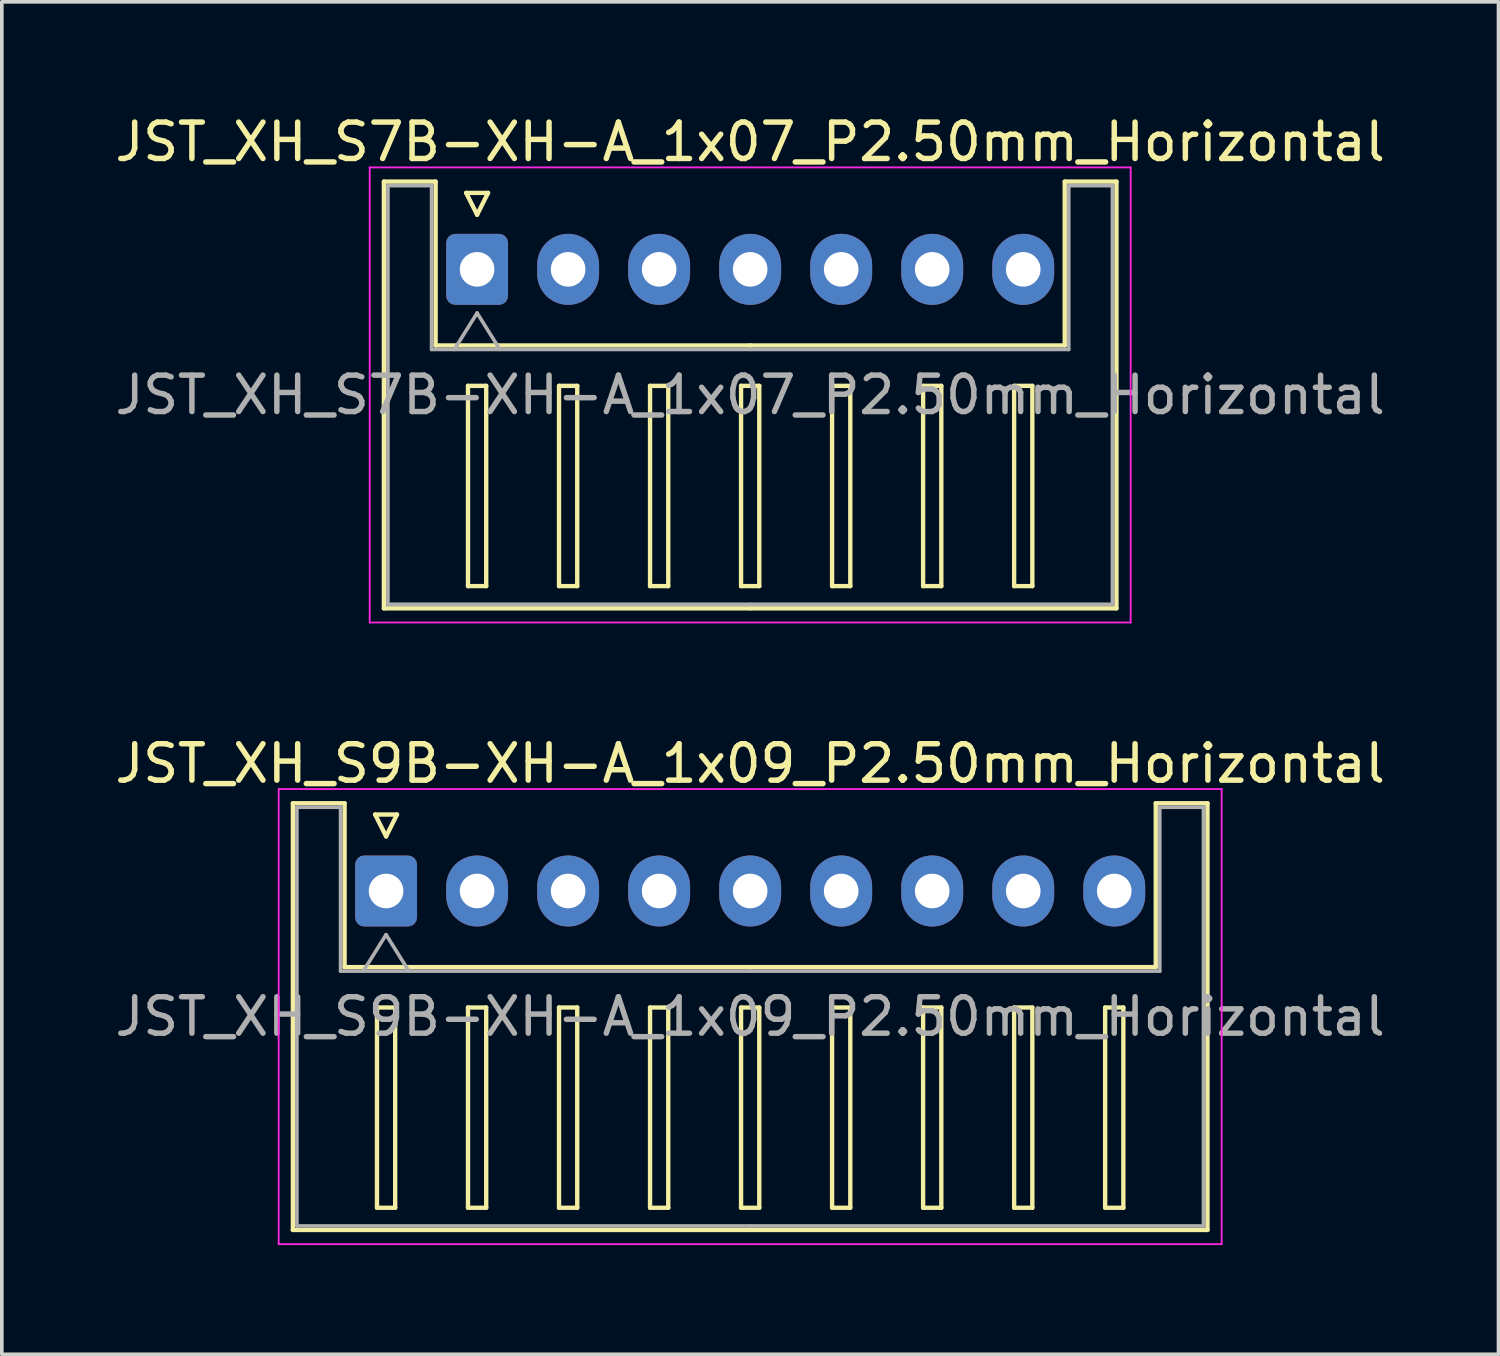
<source format=kicad_pcb>
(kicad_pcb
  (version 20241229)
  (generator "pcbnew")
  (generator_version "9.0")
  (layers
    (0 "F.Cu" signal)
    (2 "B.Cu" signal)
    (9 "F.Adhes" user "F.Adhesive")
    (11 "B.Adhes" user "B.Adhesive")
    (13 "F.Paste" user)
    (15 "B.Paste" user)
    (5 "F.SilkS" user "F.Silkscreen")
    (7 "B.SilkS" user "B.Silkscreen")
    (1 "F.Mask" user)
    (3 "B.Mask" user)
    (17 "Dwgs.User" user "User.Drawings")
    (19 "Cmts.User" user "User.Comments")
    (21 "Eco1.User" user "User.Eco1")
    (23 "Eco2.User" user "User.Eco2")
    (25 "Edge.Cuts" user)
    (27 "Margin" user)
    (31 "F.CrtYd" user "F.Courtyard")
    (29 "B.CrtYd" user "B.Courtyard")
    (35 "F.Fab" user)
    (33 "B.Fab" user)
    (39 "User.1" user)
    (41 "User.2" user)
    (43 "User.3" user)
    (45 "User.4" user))
  (footprint "JST_XH_S9B-XH-A_1x09_P2.50mm_Horizontal"
    (layer "F.Cu")
    (at 7.554 21.422)
    (property "Reference" "JST_XH_S9B-XH-A_1x09_P2.50mm_Horizontal" (at 10 -3.5 0) (layer "F.SilkS") (effects (font (size 1 1) (thickness 0.15))))
    (attr through_hole)
    (fp_line (start -2.56 -2.41) (end -1.14 -2.41) (stroke (width 0.12) (type solid)) (layer "F.SilkS"))
    (fp_line (start -2.56 9.31) (end -2.56 -2.41) (stroke (width 0.12) (type solid)) (layer "F.SilkS"))
    (fp_line (start -1.14 -2.41) (end -1.14 2.09) (stroke (width 0.12) (type solid)) (layer "F.SilkS"))
    (fp_line (start -1.14 2.09) (end 10 2.09) (stroke (width 0.12) (type solid)) (layer "F.SilkS"))
    (fp_line (start -0.3 -2.1) (end 0.3 -2.1) (stroke (width 0.12) (type solid)) (layer "F.SilkS"))
    (fp_line (start -0.25 3.2) (end -0.25 8.7) (stroke (width 0.12) (type solid)) (layer "F.SilkS"))
    (fp_line (start -0.25 8.7) (end 0.25 8.7) (stroke (width 0.12) (type solid)) (layer "F.SilkS"))
    (fp_line (start 0 -1.5) (end -0.3 -2.1) (stroke (width 0.12) (type solid)) (layer "F.SilkS"))
    (fp_line (start 0.25 3.2) (end -0.25 3.2) (stroke (width 0.12) (type solid)) (layer "F.SilkS"))
    (fp_line (start 0.25 8.7) (end 0.25 3.2) (stroke (width 0.12) (type solid)) (layer "F.SilkS"))
    (fp_line (start 0.3 -2.1) (end 0 -1.5) (stroke (width 0.12) (type solid)) (layer "F.SilkS"))
    (fp_line (start 2.25 3.2) (end 2.25 8.7) (stroke (width 0.12) (type solid)) (layer "F.SilkS"))
    (fp_line (start 2.25 8.7) (end 2.75 8.7) (stroke (width 0.12) (type solid)) (layer "F.SilkS"))
    (fp_line (start 2.75 3.2) (end 2.25 3.2) (stroke (width 0.12) (type solid)) (layer "F.SilkS"))
    (fp_line (start 2.75 8.7) (end 2.75 3.2) (stroke (width 0.12) (type solid)) (layer "F.SilkS"))
    (fp_line (start 4.75 3.2) (end 4.75 8.7) (stroke (width 0.12) (type solid)) (layer "F.SilkS"))
    (fp_line (start 4.75 8.7) (end 5.25 8.7) (stroke (width 0.12) (type solid)) (layer "F.SilkS"))
    (fp_line (start 5.25 3.2) (end 4.75 3.2) (stroke (width 0.12) (type solid)) (layer "F.SilkS"))
    (fp_line (start 5.25 8.7) (end 5.25 3.2) (stroke (width 0.12) (type solid)) (layer "F.SilkS"))
    (fp_line (start 7.25 3.2) (end 7.25 8.7) (stroke (width 0.12) (type solid)) (layer "F.SilkS"))
    (fp_line (start 7.25 8.7) (end 7.75 8.7) (stroke (width 0.12) (type solid)) (layer "F.SilkS"))
    (fp_line (start 7.75 3.2) (end 7.25 3.2) (stroke (width 0.12) (type solid)) (layer "F.SilkS"))
    (fp_line (start 7.75 8.7) (end 7.75 3.2) (stroke (width 0.12) (type solid)) (layer "F.SilkS"))
    (fp_line (start 9.75 3.2) (end 9.75 8.7) (stroke (width 0.12) (type solid)) (layer "F.SilkS"))
    (fp_line (start 9.75 8.7) (end 10.25 8.7) (stroke (width 0.12) (type solid)) (layer "F.SilkS"))
    (fp_line (start 10 9.31) (end -2.56 9.31) (stroke (width 0.12) (type solid)) (layer "F.SilkS"))
    (fp_line (start 10 9.31) (end 22.56 9.31) (stroke (width 0.12) (type solid)) (layer "F.SilkS"))
    (fp_line (start 10.25 3.2) (end 9.75 3.2) (stroke (width 0.12) (type solid)) (layer "F.SilkS"))
    (fp_line (start 10.25 8.7) (end 10.25 3.2) (stroke (width 0.12) (type solid)) (layer "F.SilkS"))
    (fp_line (start 12.25 3.2) (end 12.25 8.7) (stroke (width 0.12) (type solid)) (layer "F.SilkS"))
    (fp_line (start 12.25 8.7) (end 12.75 8.7) (stroke (width 0.12) (type solid)) (layer "F.SilkS"))
    (fp_line (start 12.75 3.2) (end 12.25 3.2) (stroke (width 0.12) (type solid)) (layer "F.SilkS"))
    (fp_line (start 12.75 8.7) (end 12.75 3.2) (stroke (width 0.12) (type solid)) (layer "F.SilkS"))
    (fp_line (start 14.75 3.2) (end 14.75 8.7) (stroke (width 0.12) (type solid)) (layer "F.SilkS"))
    (fp_line (start 14.75 8.7) (end 15.25 8.7) (stroke (width 0.12) (type solid)) (layer "F.SilkS"))
    (fp_line (start 15.25 3.2) (end 14.75 3.2) (stroke (width 0.12) (type solid)) (layer "F.SilkS"))
    (fp_line (start 15.25 8.7) (end 15.25 3.2) (stroke (width 0.12) (type solid)) (layer "F.SilkS"))
    (fp_line (start 17.25 3.2) (end 17.25 8.7) (stroke (width 0.12) (type solid)) (layer "F.SilkS"))
    (fp_line (start 17.25 8.7) (end 17.75 8.7) (stroke (width 0.12) (type solid)) (layer "F.SilkS"))
    (fp_line (start 17.75 3.2) (end 17.25 3.2) (stroke (width 0.12) (type solid)) (layer "F.SilkS"))
    (fp_line (start 17.75 8.7) (end 17.75 3.2) (stroke (width 0.12) (type solid)) (layer "F.SilkS"))
    (fp_line (start 19.75 3.2) (end 19.75 8.7) (stroke (width 0.12) (type solid)) (layer "F.SilkS"))
    (fp_line (start 19.75 8.7) (end 20.25 8.7) (stroke (width 0.12) (type solid)) (layer "F.SilkS"))
    (fp_line (start 20.25 3.2) (end 19.75 3.2) (stroke (width 0.12) (type solid)) (layer "F.SilkS"))
    (fp_line (start 20.25 8.7) (end 20.25 3.2) (stroke (width 0.12) (type solid)) (layer "F.SilkS"))
    (fp_line (start 21.14 -2.41) (end 21.14 2.09) (stroke (width 0.12) (type solid)) (layer "F.SilkS"))
    (fp_line (start 21.14 2.09) (end 10 2.09) (stroke (width 0.12) (type solid)) (layer "F.SilkS"))
    (fp_line (start 22.56 -2.41) (end 21.14 -2.41) (stroke (width 0.12) (type solid)) (layer "F.SilkS"))
    (fp_line (start 22.56 9.31) (end 22.56 -2.41) (stroke (width 0.12) (type solid)) (layer "F.SilkS"))
    (fp_line (start -2.95 -2.8) (end -2.95 9.7) (stroke (width 0.05) (type solid)) (layer "F.CrtYd"))
    (fp_line (start -2.95 9.7) (end 22.95 9.7) (stroke (width 0.05) (type solid)) (layer "F.CrtYd"))
    (fp_line (start 22.95 -2.8) (end -2.95 -2.8) (stroke (width 0.05) (type solid)) (layer "F.CrtYd"))
    (fp_line (start 22.95 9.7) (end 22.95 -2.8) (stroke (width 0.05) (type solid)) (layer "F.CrtYd"))
    (fp_line (start -2.45 -2.3) (end -1.25 -2.3) (stroke (width 0.1) (type solid)) (layer "F.Fab"))
    (fp_line (start -2.45 9.2) (end -2.45 -2.3) (stroke (width 0.1) (type solid)) (layer "F.Fab"))
    (fp_line (start -1.25 -2.3) (end -1.25 2.2) (stroke (width 0.1) (type solid)) (layer "F.Fab"))
    (fp_line (start -1.25 2.2) (end 10 2.2) (stroke (width 0.1) (type solid)) (layer "F.Fab"))
    (fp_line (start -0.625 2.2) (end 0 1.2) (stroke (width 0.1) (type solid)) (layer "F.Fab"))
    (fp_line (start 0 1.2) (end 0.625 2.2) (stroke (width 0.1) (type solid)) (layer "F.Fab"))
    (fp_line (start 10 9.2) (end -2.45 9.2) (stroke (width 0.1) (type solid)) (layer "F.Fab"))
    (fp_line (start 10 9.2) (end 22.45 9.2) (stroke (width 0.1) (type solid)) (layer "F.Fab"))
    (fp_line (start 21.25 -2.3) (end 21.25 2.2) (stroke (width 0.1) (type solid)) (layer "F.Fab"))
    (fp_line (start 21.25 2.2) (end 10 2.2) (stroke (width 0.1) (type solid)) (layer "F.Fab"))
    (fp_line (start 22.45 -2.3) (end 21.25 -2.3) (stroke (width 0.1) (type solid)) (layer "F.Fab"))
    (fp_line (start 22.45 9.2) (end 22.45 -2.3) (stroke (width 0.1) (type solid)) (layer "F.Fab"))
    (fp_text user "${REFERENCE}" (at 10 3.45 0) (layer "F.Fab") (effects (font (size 1 1) (thickness 0.15))))
    (pad "1" thru_hole roundrect (at 0 0) (size 1.7 1.95) (drill 0.95) (layers "*.Cu" "*.Mask") (roundrect_rratio 0.147))
    (pad "2" thru_hole oval (at 2.5 0) (size 1.7 1.95) (drill 0.95) (layers "*.Cu" "*.Mask"))
    (pad "3" thru_hole oval (at 5 0) (size 1.7 1.95) (drill 0.95) (layers "*.Cu" "*.Mask"))
    (pad "4" thru_hole oval (at 7.5 0) (size 1.7 1.95) (drill 0.95) (layers "*.Cu" "*.Mask"))
    (pad "5" thru_hole oval (at 10 0) (size 1.7 1.95) (drill 0.95) (layers "*.Cu" "*.Mask"))
    (pad "6" thru_hole oval (at 12.5 0) (size 1.7 1.95) (drill 0.95) (layers "*.Cu" "*.Mask"))
    (pad "7" thru_hole oval (at 15 0) (size 1.7 1.95) (drill 0.95) (layers "*.Cu" "*.Mask"))
    (pad "8" thru_hole oval (at 17.5 0) (size 1.7 1.95) (drill 0.95) (layers "*.Cu" "*.Mask"))
    (pad "9" thru_hole oval (at 20 0) (size 1.7 1.95) (drill 0.95) (layers "*.Cu" "*.Mask")))
  (footprint "JST_XH_S7B-XH-A_1x07_P2.50mm_Horizontal"
    (layer "F.Cu")
    (at 10.054 4.348)
    (property "Reference" "JST_XH_S7B-XH-A_1x07_P2.50mm_Horizontal" (at 7.5 -3.5 0) (layer "F.SilkS") (effects (font (size 1 1) (thickness 0.15))))
    (attr through_hole)
    (fp_line (start -2.56 -2.41) (end -1.14 -2.41) (stroke (width 0.12) (type solid)) (layer "F.SilkS"))
    (fp_line (start -2.56 9.31) (end -2.56 -2.41) (stroke (width 0.12) (type solid)) (layer "F.SilkS"))
    (fp_line (start -1.14 -2.41) (end -1.14 2.09) (stroke (width 0.12) (type solid)) (layer "F.SilkS"))
    (fp_line (start -1.14 2.09) (end 7.5 2.09) (stroke (width 0.12) (type solid)) (layer "F.SilkS"))
    (fp_line (start -0.3 -2.1) (end 0.3 -2.1) (stroke (width 0.12) (type solid)) (layer "F.SilkS"))
    (fp_line (start -0.25 3.2) (end -0.25 8.7) (stroke (width 0.12) (type solid)) (layer "F.SilkS"))
    (fp_line (start -0.25 8.7) (end 0.25 8.7) (stroke (width 0.12) (type solid)) (layer "F.SilkS"))
    (fp_line (start 0 -1.5) (end -0.3 -2.1) (stroke (width 0.12) (type solid)) (layer "F.SilkS"))
    (fp_line (start 0.25 3.2) (end -0.25 3.2) (stroke (width 0.12) (type solid)) (layer "F.SilkS"))
    (fp_line (start 0.25 8.7) (end 0.25 3.2) (stroke (width 0.12) (type solid)) (layer "F.SilkS"))
    (fp_line (start 0.3 -2.1) (end 0 -1.5) (stroke (width 0.12) (type solid)) (layer "F.SilkS"))
    (fp_line (start 2.25 3.2) (end 2.25 8.7) (stroke (width 0.12) (type solid)) (layer "F.SilkS"))
    (fp_line (start 2.25 8.7) (end 2.75 8.7) (stroke (width 0.12) (type solid)) (layer "F.SilkS"))
    (fp_line (start 2.75 3.2) (end 2.25 3.2) (stroke (width 0.12) (type solid)) (layer "F.SilkS"))
    (fp_line (start 2.75 8.7) (end 2.75 3.2) (stroke (width 0.12) (type solid)) (layer "F.SilkS"))
    (fp_line (start 4.75 3.2) (end 4.75 8.7) (stroke (width 0.12) (type solid)) (layer "F.SilkS"))
    (fp_line (start 4.75 8.7) (end 5.25 8.7) (stroke (width 0.12) (type solid)) (layer "F.SilkS"))
    (fp_line (start 5.25 3.2) (end 4.75 3.2) (stroke (width 0.12) (type solid)) (layer "F.SilkS"))
    (fp_line (start 5.25 8.7) (end 5.25 3.2) (stroke (width 0.12) (type solid)) (layer "F.SilkS"))
    (fp_line (start 7.25 3.2) (end 7.25 8.7) (stroke (width 0.12) (type solid)) (layer "F.SilkS"))
    (fp_line (start 7.25 8.7) (end 7.75 8.7) (stroke (width 0.12) (type solid)) (layer "F.SilkS"))
    (fp_line (start 7.5 9.31) (end -2.56 9.31) (stroke (width 0.12) (type solid)) (layer "F.SilkS"))
    (fp_line (start 7.5 9.31) (end 17.56 9.31) (stroke (width 0.12) (type solid)) (layer "F.SilkS"))
    (fp_line (start 7.75 3.2) (end 7.25 3.2) (stroke (width 0.12) (type solid)) (layer "F.SilkS"))
    (fp_line (start 7.75 8.7) (end 7.75 3.2) (stroke (width 0.12) (type solid)) (layer "F.SilkS"))
    (fp_line (start 9.75 3.2) (end 9.75 8.7) (stroke (width 0.12) (type solid)) (layer "F.SilkS"))
    (fp_line (start 9.75 8.7) (end 10.25 8.7) (stroke (width 0.12) (type solid)) (layer "F.SilkS"))
    (fp_line (start 10.25 3.2) (end 9.75 3.2) (stroke (width 0.12) (type solid)) (layer "F.SilkS"))
    (fp_line (start 10.25 8.7) (end 10.25 3.2) (stroke (width 0.12) (type solid)) (layer "F.SilkS"))
    (fp_line (start 12.25 3.2) (end 12.25 8.7) (stroke (width 0.12) (type solid)) (layer "F.SilkS"))
    (fp_line (start 12.25 8.7) (end 12.75 8.7) (stroke (width 0.12) (type solid)) (layer "F.SilkS"))
    (fp_line (start 12.75 3.2) (end 12.25 3.2) (stroke (width 0.12) (type solid)) (layer "F.SilkS"))
    (fp_line (start 12.75 8.7) (end 12.75 3.2) (stroke (width 0.12) (type solid)) (layer "F.SilkS"))
    (fp_line (start 14.75 3.2) (end 14.75 8.7) (stroke (width 0.12) (type solid)) (layer "F.SilkS"))
    (fp_line (start 14.75 8.7) (end 15.25 8.7) (stroke (width 0.12) (type solid)) (layer "F.SilkS"))
    (fp_line (start 15.25 3.2) (end 14.75 3.2) (stroke (width 0.12) (type solid)) (layer "F.SilkS"))
    (fp_line (start 15.25 8.7) (end 15.25 3.2) (stroke (width 0.12) (type solid)) (layer "F.SilkS"))
    (fp_line (start 16.14 -2.41) (end 16.14 2.09) (stroke (width 0.12) (type solid)) (layer "F.SilkS"))
    (fp_line (start 16.14 2.09) (end 7.5 2.09) (stroke (width 0.12) (type solid)) (layer "F.SilkS"))
    (fp_line (start 17.56 -2.41) (end 16.14 -2.41) (stroke (width 0.12) (type solid)) (layer "F.SilkS"))
    (fp_line (start 17.56 9.31) (end 17.56 -2.41) (stroke (width 0.12) (type solid)) (layer "F.SilkS"))
    (fp_line (start -2.95 -2.8) (end -2.95 9.7) (stroke (width 0.05) (type solid)) (layer "F.CrtYd"))
    (fp_line (start -2.95 9.7) (end 17.95 9.7) (stroke (width 0.05) (type solid)) (layer "F.CrtYd"))
    (fp_line (start 17.95 -2.8) (end -2.95 -2.8) (stroke (width 0.05) (type solid)) (layer "F.CrtYd"))
    (fp_line (start 17.95 9.7) (end 17.95 -2.8) (stroke (width 0.05) (type solid)) (layer "F.CrtYd"))
    (fp_line (start -2.45 -2.3) (end -1.25 -2.3) (stroke (width 0.1) (type solid)) (layer "F.Fab"))
    (fp_line (start -2.45 9.2) (end -2.45 -2.3) (stroke (width 0.1) (type solid)) (layer "F.Fab"))
    (fp_line (start -1.25 -2.3) (end -1.25 2.2) (stroke (width 0.1) (type solid)) (layer "F.Fab"))
    (fp_line (start -1.25 2.2) (end 7.5 2.2) (stroke (width 0.1) (type solid)) (layer "F.Fab"))
    (fp_line (start -0.625 2.2) (end 0 1.2) (stroke (width 0.1) (type solid)) (layer "F.Fab"))
    (fp_line (start 0 1.2) (end 0.625 2.2) (stroke (width 0.1) (type solid)) (layer "F.Fab"))
    (fp_line (start 7.5 9.2) (end -2.45 9.2) (stroke (width 0.1) (type solid)) (layer "F.Fab"))
    (fp_line (start 7.5 9.2) (end 17.45 9.2) (stroke (width 0.1) (type solid)) (layer "F.Fab"))
    (fp_line (start 16.25 -2.3) (end 16.25 2.2) (stroke (width 0.1) (type solid)) (layer "F.Fab"))
    (fp_line (start 16.25 2.2) (end 7.5 2.2) (stroke (width 0.1) (type solid)) (layer "F.Fab"))
    (fp_line (start 17.45 -2.3) (end 16.25 -2.3) (stroke (width 0.1) (type solid)) (layer "F.Fab"))
    (fp_line (start 17.45 9.2) (end 17.45 -2.3) (stroke (width 0.1) (type solid)) (layer "F.Fab"))
    (fp_text user "${REFERENCE}" (at 7.5 3.45 0) (layer "F.Fab") (effects (font (size 1 1) (thickness 0.15))))
    (pad "1" thru_hole roundrect (at 0 0) (size 1.7 1.95) (drill 0.95) (layers "*.Cu" "*.Mask") (roundrect_rratio 0.147))
    (pad "2" thru_hole oval (at 2.5 0) (size 1.7 1.95) (drill 0.95) (layers "*.Cu" "*.Mask"))
    (pad "3" thru_hole oval (at 5 0) (size 1.7 1.95) (drill 0.95) (layers "*.Cu" "*.Mask"))
    (pad "4" thru_hole oval (at 7.5 0) (size 1.7 1.95) (drill 0.95) (layers "*.Cu" "*.Mask"))
    (pad "5" thru_hole oval (at 10 0) (size 1.7 1.95) (drill 0.95) (layers "*.Cu" "*.Mask"))
    (pad "6" thru_hole oval (at 12.5 0) (size 1.7 1.95) (drill 0.95) (layers "*.Cu" "*.Mask"))
    (pad "7" thru_hole oval (at 15 0) (size 1.7 1.95) (drill 0.95) (layers "*.Cu" "*.Mask")))
  (gr_rect
    (start -3 -3)
    (end 38.107 34.147)
    (stroke (width 0.1) (type default))
    (fill no)
    (layer "Edge.Cuts")))
</source>
